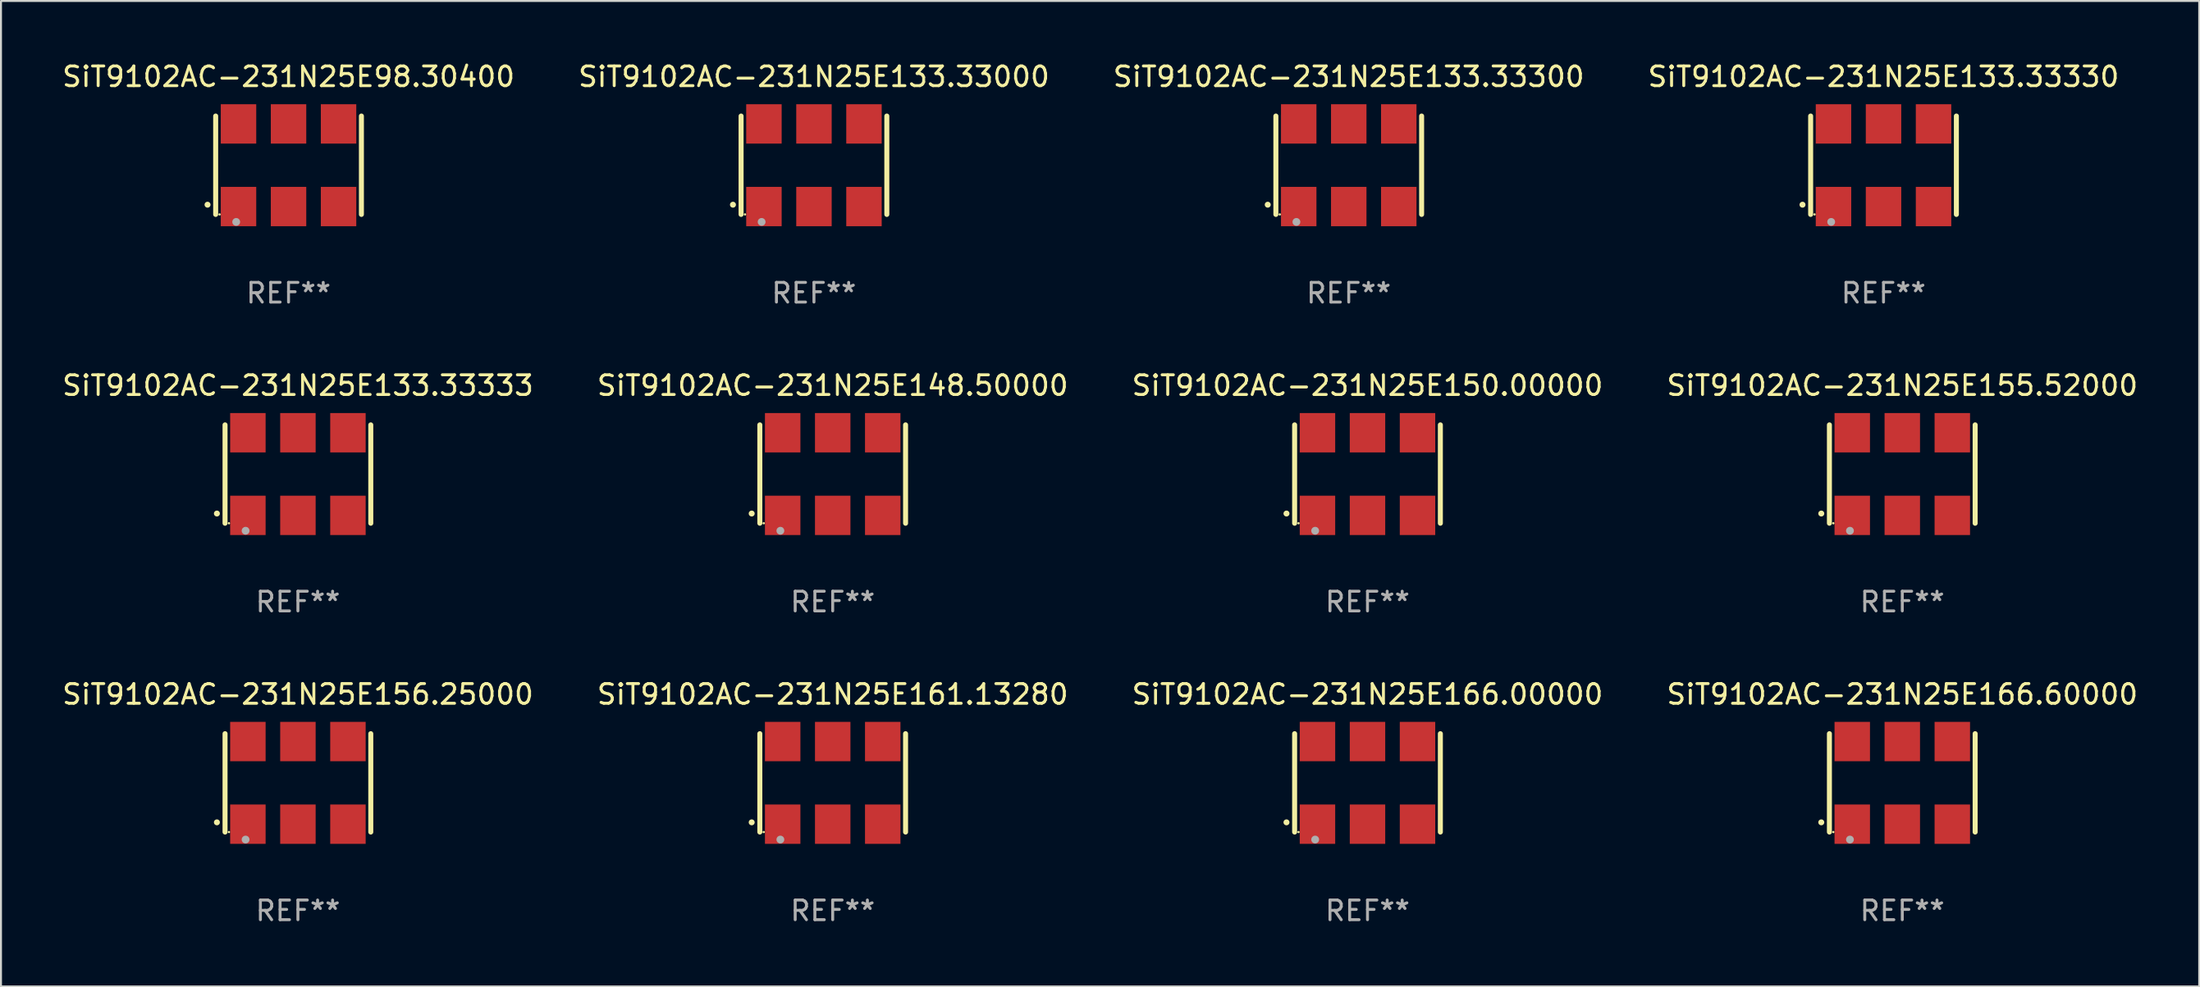
<source format=kicad_pcb>
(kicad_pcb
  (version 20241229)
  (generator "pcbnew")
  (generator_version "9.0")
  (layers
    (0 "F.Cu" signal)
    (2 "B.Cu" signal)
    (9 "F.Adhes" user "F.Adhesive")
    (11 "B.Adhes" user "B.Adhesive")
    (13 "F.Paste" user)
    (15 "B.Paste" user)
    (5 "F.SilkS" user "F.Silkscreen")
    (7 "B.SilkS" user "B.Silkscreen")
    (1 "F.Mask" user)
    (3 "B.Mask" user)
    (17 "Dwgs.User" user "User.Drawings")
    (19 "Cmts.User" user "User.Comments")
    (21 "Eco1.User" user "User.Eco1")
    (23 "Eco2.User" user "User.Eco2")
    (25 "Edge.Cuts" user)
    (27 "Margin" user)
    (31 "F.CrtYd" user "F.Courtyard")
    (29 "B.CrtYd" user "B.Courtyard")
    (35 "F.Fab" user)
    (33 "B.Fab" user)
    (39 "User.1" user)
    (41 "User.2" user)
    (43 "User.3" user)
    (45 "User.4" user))
  (footprint "SiT9102AC-231N25E166.60000"
    (layer "F.Cu")
    (at 93.542 36.741)
    (property "Reference" "SiT9102AC-231N25E166.60000" (at 0 -4.5 0) (layer "F.SilkS") (effects (font (size 1 1) (thickness 0.15))))
    (attr through_hole)
    (fp_line (start -3.7 -2.5) (end -3.7 2.5) (stroke (width 0.254) (type solid)) (layer "F.SilkS"))
    (fp_line (start 3.7 -2.5) (end 3.7 2.5) (stroke (width 0.254) (type solid)) (layer "F.SilkS"))
    (fp_arc (start -4.114415 2.006604) (mid -4.113145 2.006599) (end -4.111875 2.006604) (stroke (width 0.3) (type solid)) (layer "F.SilkS"))
    (fp_circle (center -3.502 2.5) (end -3.472 2.5) (stroke (width 0.06) (type solid)) (fill no) (layer "F.SilkS"))
    (fp_circle (center -2.657 2.882) (end -2.557 2.882) (stroke (width 0.2) (type solid)) (fill no) (layer "F.Fab"))
    (fp_text user "REF**" (at 0 6.5 0) (layer "F.Fab") (effects (font (size 1 1) (thickness 0.15))))
    (pad "1" smd rect (at -2.54 2.1) (size 1.8 2) (layers "F.Cu" "F.Mask" "F.Paste"))
    (pad "2" smd rect (at 0.000394 2.1) (size 1.8 2) (layers "F.Cu" "F.Mask" "F.Paste"))
    (pad "3" smd rect (at 2.54 2.1) (size 1.8 2) (layers "F.Cu" "F.Mask" "F.Paste"))
    (pad "4" smd rect (at 2.54 -2.1) (size 1.8 2) (layers "F.Cu" "F.Mask" "F.Paste"))
    (pad "5" smd rect (at 0.000394 -2.1) (size 1.8 2) (layers "F.Cu" "F.Mask" "F.Paste"))
    (pad "6" smd rect (at -2.54 -2.1) (size 1.8 2) (layers "F.Cu" "F.Mask" "F.Paste")))
  (footprint "SiT9102AC-231N25E155.52000"
    (layer "F.Cu")
    (at 93.542 21.045)
    (property "Reference" "SiT9102AC-231N25E155.52000" (at 0 -4.5 0) (layer "F.SilkS") (effects (font (size 1 1) (thickness 0.15))))
    (attr through_hole)
    (fp_line (start -3.7 -2.5) (end -3.7 2.5) (stroke (width 0.254) (type solid)) (layer "F.SilkS"))
    (fp_line (start 3.7 -2.5) (end 3.7 2.5) (stroke (width 0.254) (type solid)) (layer "F.SilkS"))
    (fp_arc (start -4.114415 2.006604) (mid -4.113145 2.006599) (end -4.111875 2.006604) (stroke (width 0.3) (type solid)) (layer "F.SilkS"))
    (fp_circle (center -3.502 2.5) (end -3.472 2.5) (stroke (width 0.06) (type solid)) (fill no) (layer "F.SilkS"))
    (fp_circle (center -2.657 2.882) (end -2.557 2.882) (stroke (width 0.2) (type solid)) (fill no) (layer "F.Fab"))
    (fp_text user "REF**" (at 0 6.5 0) (layer "F.Fab") (effects (font (size 1 1) (thickness 0.15))))
    (pad "1" smd rect (at -2.54 2.1) (size 1.8 2) (layers "F.Cu" "F.Mask" "F.Paste"))
    (pad "2" smd rect (at 0.000394 2.1) (size 1.8 2) (layers "F.Cu" "F.Mask" "F.Paste"))
    (pad "3" smd rect (at 2.54 2.1) (size 1.8 2) (layers "F.Cu" "F.Mask" "F.Paste"))
    (pad "4" smd rect (at 2.54 -2.1) (size 1.8 2) (layers "F.Cu" "F.Mask" "F.Paste"))
    (pad "5" smd rect (at 0.000394 -2.1) (size 1.8 2) (layers "F.Cu" "F.Mask" "F.Paste"))
    (pad "6" smd rect (at -2.54 -2.1) (size 1.8 2) (layers "F.Cu" "F.Mask" "F.Paste")))
  (footprint "SiT9102AC-231N25E161.13280"
    (layer "F.Cu")
    (at 39.232 36.741)
    (property "Reference" "SiT9102AC-231N25E161.13280" (at 0 -4.5 0) (layer "F.SilkS") (effects (font (size 1 1) (thickness 0.15))))
    (attr through_hole)
    (fp_line (start -3.7 -2.5) (end -3.7 2.5) (stroke (width 0.254) (type solid)) (layer "F.SilkS"))
    (fp_line (start 3.7 -2.5) (end 3.7 2.5) (stroke (width 0.254) (type solid)) (layer "F.SilkS"))
    (fp_arc (start -4.114415 2.006604) (mid -4.113145 2.006599) (end -4.111875 2.006604) (stroke (width 0.3) (type solid)) (layer "F.SilkS"))
    (fp_circle (center -3.502 2.5) (end -3.472 2.5) (stroke (width 0.06) (type solid)) (fill no) (layer "F.SilkS"))
    (fp_circle (center -2.657 2.882) (end -2.557 2.882) (stroke (width 0.2) (type solid)) (fill no) (layer "F.Fab"))
    (fp_text user "REF**" (at 0 6.5 0) (layer "F.Fab") (effects (font (size 1 1) (thickness 0.15))))
    (pad "1" smd rect (at -2.54 2.1) (size 1.8 2) (layers "F.Cu" "F.Mask" "F.Paste"))
    (pad "2" smd rect (at 0.000394 2.1) (size 1.8 2) (layers "F.Cu" "F.Mask" "F.Paste"))
    (pad "3" smd rect (at 2.54 2.1) (size 1.8 2) (layers "F.Cu" "F.Mask" "F.Paste"))
    (pad "4" smd rect (at 2.54 -2.1) (size 1.8 2) (layers "F.Cu" "F.Mask" "F.Paste"))
    (pad "5" smd rect (at 0.000394 -2.1) (size 1.8 2) (layers "F.Cu" "F.Mask" "F.Paste"))
    (pad "6" smd rect (at -2.54 -2.1) (size 1.8 2) (layers "F.Cu" "F.Mask" "F.Paste")))
  (footprint "SiT9102AC-231N25E150.00000"
    (layer "F.Cu")
    (at 66.387 21.045)
    (property "Reference" "SiT9102AC-231N25E150.00000" (at 0 -4.5 0) (layer "F.SilkS") (effects (font (size 1 1) (thickness 0.15))))
    (attr through_hole)
    (fp_line (start -3.7 -2.5) (end -3.7 2.5) (stroke (width 0.254) (type solid)) (layer "F.SilkS"))
    (fp_line (start 3.7 -2.5) (end 3.7 2.5) (stroke (width 0.254) (type solid)) (layer "F.SilkS"))
    (fp_arc (start -4.114415 2.006604) (mid -4.113145 2.006599) (end -4.111875 2.006604) (stroke (width 0.3) (type solid)) (layer "F.SilkS"))
    (fp_circle (center -3.502 2.5) (end -3.472 2.5) (stroke (width 0.06) (type solid)) (fill no) (layer "F.SilkS"))
    (fp_circle (center -2.657 2.882) (end -2.557 2.882) (stroke (width 0.2) (type solid)) (fill no) (layer "F.Fab"))
    (fp_text user "REF**" (at 0 6.5 0) (layer "F.Fab") (effects (font (size 1 1) (thickness 0.15))))
    (pad "1" smd rect (at -2.54 2.1) (size 1.8 2) (layers "F.Cu" "F.Mask" "F.Paste"))
    (pad "2" smd rect (at 0.000394 2.1) (size 1.8 2) (layers "F.Cu" "F.Mask" "F.Paste"))
    (pad "3" smd rect (at 2.54 2.1) (size 1.8 2) (layers "F.Cu" "F.Mask" "F.Paste"))
    (pad "4" smd rect (at 2.54 -2.1) (size 1.8 2) (layers "F.Cu" "F.Mask" "F.Paste"))
    (pad "5" smd rect (at 0.000394 -2.1) (size 1.8 2) (layers "F.Cu" "F.Mask" "F.Paste"))
    (pad "6" smd rect (at -2.54 -2.1) (size 1.8 2) (layers "F.Cu" "F.Mask" "F.Paste")))
  (footprint "SiT9102AC-231N25E148.50000"
    (layer "F.Cu")
    (at 39.232 21.045)
    (property "Reference" "SiT9102AC-231N25E148.50000" (at 0 -4.5 0) (layer "F.SilkS") (effects (font (size 1 1) (thickness 0.15))))
    (attr through_hole)
    (fp_line (start -3.7 -2.5) (end -3.7 2.5) (stroke (width 0.254) (type solid)) (layer "F.SilkS"))
    (fp_line (start 3.7 -2.5) (end 3.7 2.5) (stroke (width 0.254) (type solid)) (layer "F.SilkS"))
    (fp_arc (start -4.114415 2.006604) (mid -4.113145 2.006599) (end -4.111875 2.006604) (stroke (width 0.3) (type solid)) (layer "F.SilkS"))
    (fp_circle (center -3.502 2.5) (end -3.472 2.5) (stroke (width 0.06) (type solid)) (fill no) (layer "F.SilkS"))
    (fp_circle (center -2.657 2.882) (end -2.557 2.882) (stroke (width 0.2) (type solid)) (fill no) (layer "F.Fab"))
    (fp_text user "REF**" (at 0 6.5 0) (layer "F.Fab") (effects (font (size 1 1) (thickness 0.15))))
    (pad "1" smd rect (at -2.54 2.1) (size 1.8 2) (layers "F.Cu" "F.Mask" "F.Paste"))
    (pad "2" smd rect (at 0.000394 2.1) (size 1.8 2) (layers "F.Cu" "F.Mask" "F.Paste"))
    (pad "3" smd rect (at 2.54 2.1) (size 1.8 2) (layers "F.Cu" "F.Mask" "F.Paste"))
    (pad "4" smd rect (at 2.54 -2.1) (size 1.8 2) (layers "F.Cu" "F.Mask" "F.Paste"))
    (pad "5" smd rect (at 0.000394 -2.1) (size 1.8 2) (layers "F.Cu" "F.Mask" "F.Paste"))
    (pad "6" smd rect (at -2.54 -2.1) (size 1.8 2) (layers "F.Cu" "F.Mask" "F.Paste")))
  (footprint "SiT9102AC-231N25E133.33300"
    (layer "F.Cu")
    (at 65.435 5.348)
    (property "Reference" "SiT9102AC-231N25E133.33300" (at 0 -4.5 0) (layer "F.SilkS") (effects (font (size 1 1) (thickness 0.15))))
    (attr through_hole)
    (fp_line (start -3.7 -2.5) (end -3.7 2.5) (stroke (width 0.254) (type solid)) (layer "F.SilkS"))
    (fp_line (start 3.7 -2.5) (end 3.7 2.5) (stroke (width 0.254) (type solid)) (layer "F.SilkS"))
    (fp_arc (start -4.114415 2.006604) (mid -4.113145 2.006599) (end -4.111875 2.006604) (stroke (width 0.3) (type solid)) (layer "F.SilkS"))
    (fp_circle (center -3.502 2.5) (end -3.472 2.5) (stroke (width 0.06) (type solid)) (fill no) (layer "F.SilkS"))
    (fp_circle (center -2.657 2.882) (end -2.557 2.882) (stroke (width 0.2) (type solid)) (fill no) (layer "F.Fab"))
    (fp_text user "REF**" (at 0 6.5 0) (layer "F.Fab") (effects (font (size 1 1) (thickness 0.15))))
    (pad "1" smd rect (at -2.54 2.1) (size 1.8 2) (layers "F.Cu" "F.Mask" "F.Paste"))
    (pad "2" smd rect (at 0.000394 2.1) (size 1.8 2) (layers "F.Cu" "F.Mask" "F.Paste"))
    (pad "3" smd rect (at 2.54 2.1) (size 1.8 2) (layers "F.Cu" "F.Mask" "F.Paste"))
    (pad "4" smd rect (at 2.54 -2.1) (size 1.8 2) (layers "F.Cu" "F.Mask" "F.Paste"))
    (pad "5" smd rect (at 0.000394 -2.1) (size 1.8 2) (layers "F.Cu" "F.Mask" "F.Paste"))
    (pad "6" smd rect (at -2.54 -2.1) (size 1.8 2) (layers "F.Cu" "F.Mask" "F.Paste")))
  (footprint "SiT9102AC-231N25E98.30400"
    (layer "F.Cu")
    (at 11.601 5.348)
    (property "Reference" "SiT9102AC-231N25E98.30400" (at 0 -4.5 0) (layer "F.SilkS") (effects (font (size 1 1) (thickness 0.15))))
    (attr through_hole)
    (fp_line (start -3.7 -2.5) (end -3.7 2.5) (stroke (width 0.254) (type solid)) (layer "F.SilkS"))
    (fp_line (start 3.7 -2.5) (end 3.7 2.5) (stroke (width 0.254) (type solid)) (layer "F.SilkS"))
    (fp_arc (start -4.114415 2.006604) (mid -4.113145 2.006599) (end -4.111875 2.006604) (stroke (width 0.3) (type solid)) (layer "F.SilkS"))
    (fp_circle (center -3.502 2.5) (end -3.472 2.5) (stroke (width 0.06) (type solid)) (fill no) (layer "F.SilkS"))
    (fp_circle (center -2.657 2.882) (end -2.557 2.882) (stroke (width 0.2) (type solid)) (fill no) (layer "F.Fab"))
    (fp_text user "REF**" (at 0 6.5 0) (layer "F.Fab") (effects (font (size 1 1) (thickness 0.15))))
    (pad "1" smd rect (at -2.54 2.1) (size 1.8 2) (layers "F.Cu" "F.Mask" "F.Paste"))
    (pad "2" smd rect (at 0.000394 2.1) (size 1.8 2) (layers "F.Cu" "F.Mask" "F.Paste"))
    (pad "3" smd rect (at 2.54 2.1) (size 1.8 2) (layers "F.Cu" "F.Mask" "F.Paste"))
    (pad "4" smd rect (at 2.54 -2.1) (size 1.8 2) (layers "F.Cu" "F.Mask" "F.Paste"))
    (pad "5" smd rect (at 0.000394 -2.1) (size 1.8 2) (layers "F.Cu" "F.Mask" "F.Paste"))
    (pad "6" smd rect (at -2.54 -2.1) (size 1.8 2) (layers "F.Cu" "F.Mask" "F.Paste")))
  (footprint "SiT9102AC-231N25E133.33000"
    (layer "F.Cu")
    (at 38.28 5.348)
    (property "Reference" "SiT9102AC-231N25E133.33000" (at 0 -4.5 0) (layer "F.SilkS") (effects (font (size 1 1) (thickness 0.15))))
    (attr through_hole)
    (fp_line (start -3.7 -2.5) (end -3.7 2.5) (stroke (width 0.254) (type solid)) (layer "F.SilkS"))
    (fp_line (start 3.7 -2.5) (end 3.7 2.5) (stroke (width 0.254) (type solid)) (layer "F.SilkS"))
    (fp_arc (start -4.114415 2.006604) (mid -4.113145 2.006599) (end -4.111875 2.006604) (stroke (width 0.3) (type solid)) (layer "F.SilkS"))
    (fp_circle (center -3.502 2.5) (end -3.472 2.5) (stroke (width 0.06) (type solid)) (fill no) (layer "F.SilkS"))
    (fp_circle (center -2.657 2.882) (end -2.557 2.882) (stroke (width 0.2) (type solid)) (fill no) (layer "F.Fab"))
    (fp_text user "REF**" (at 0 6.5 0) (layer "F.Fab") (effects (font (size 1 1) (thickness 0.15))))
    (pad "1" smd rect (at -2.54 2.1) (size 1.8 2) (layers "F.Cu" "F.Mask" "F.Paste"))
    (pad "2" smd rect (at 0.000394 2.1) (size 1.8 2) (layers "F.Cu" "F.Mask" "F.Paste"))
    (pad "3" smd rect (at 2.54 2.1) (size 1.8 2) (layers "F.Cu" "F.Mask" "F.Paste"))
    (pad "4" smd rect (at 2.54 -2.1) (size 1.8 2) (layers "F.Cu" "F.Mask" "F.Paste"))
    (pad "5" smd rect (at 0.000394 -2.1) (size 1.8 2) (layers "F.Cu" "F.Mask" "F.Paste"))
    (pad "6" smd rect (at -2.54 -2.1) (size 1.8 2) (layers "F.Cu" "F.Mask" "F.Paste")))
  (footprint "SiT9102AC-231N25E166.00000"
    (layer "F.Cu")
    (at 66.387 36.741)
    (property "Reference" "SiT9102AC-231N25E166.00000" (at 0 -4.5 0) (layer "F.SilkS") (effects (font (size 1 1) (thickness 0.15))))
    (attr through_hole)
    (fp_line (start -3.7 -2.5) (end -3.7 2.5) (stroke (width 0.254) (type solid)) (layer "F.SilkS"))
    (fp_line (start 3.7 -2.5) (end 3.7 2.5) (stroke (width 0.254) (type solid)) (layer "F.SilkS"))
    (fp_arc (start -4.114415 2.006604) (mid -4.113145 2.006599) (end -4.111875 2.006604) (stroke (width 0.3) (type solid)) (layer "F.SilkS"))
    (fp_circle (center -3.502 2.5) (end -3.472 2.5) (stroke (width 0.06) (type solid)) (fill no) (layer "F.SilkS"))
    (fp_circle (center -2.657 2.882) (end -2.557 2.882) (stroke (width 0.2) (type solid)) (fill no) (layer "F.Fab"))
    (fp_text user "REF**" (at 0 6.5 0) (layer "F.Fab") (effects (font (size 1 1) (thickness 0.15))))
    (pad "1" smd rect (at -2.54 2.1) (size 1.8 2) (layers "F.Cu" "F.Mask" "F.Paste"))
    (pad "2" smd rect (at 0.000394 2.1) (size 1.8 2) (layers "F.Cu" "F.Mask" "F.Paste"))
    (pad "3" smd rect (at 2.54 2.1) (size 1.8 2) (layers "F.Cu" "F.Mask" "F.Paste"))
    (pad "4" smd rect (at 2.54 -2.1) (size 1.8 2) (layers "F.Cu" "F.Mask" "F.Paste"))
    (pad "5" smd rect (at 0.000394 -2.1) (size 1.8 2) (layers "F.Cu" "F.Mask" "F.Paste"))
    (pad "6" smd rect (at -2.54 -2.1) (size 1.8 2) (layers "F.Cu" "F.Mask" "F.Paste")))
  (footprint "SiT9102AC-231N25E156.25000"
    (layer "F.Cu")
    (at 12.077 36.741)
    (property "Reference" "SiT9102AC-231N25E156.25000" (at 0 -4.5 0) (layer "F.SilkS") (effects (font (size 1 1) (thickness 0.15))))
    (attr through_hole)
    (fp_line (start -3.7 -2.5) (end -3.7 2.5) (stroke (width 0.254) (type solid)) (layer "F.SilkS"))
    (fp_line (start 3.7 -2.5) (end 3.7 2.5) (stroke (width 0.254) (type solid)) (layer "F.SilkS"))
    (fp_arc (start -4.114415 2.006604) (mid -4.113145 2.006599) (end -4.111875 2.006604) (stroke (width 0.3) (type solid)) (layer "F.SilkS"))
    (fp_circle (center -3.502 2.5) (end -3.472 2.5) (stroke (width 0.06) (type solid)) (fill no) (layer "F.SilkS"))
    (fp_circle (center -2.657 2.882) (end -2.557 2.882) (stroke (width 0.2) (type solid)) (fill no) (layer "F.Fab"))
    (fp_text user "REF**" (at 0 6.5 0) (layer "F.Fab") (effects (font (size 1 1) (thickness 0.15))))
    (pad "1" smd rect (at -2.54 2.1) (size 1.8 2) (layers "F.Cu" "F.Mask" "F.Paste"))
    (pad "2" smd rect (at 0.000394 2.1) (size 1.8 2) (layers "F.Cu" "F.Mask" "F.Paste"))
    (pad "3" smd rect (at 2.54 2.1) (size 1.8 2) (layers "F.Cu" "F.Mask" "F.Paste"))
    (pad "4" smd rect (at 2.54 -2.1) (size 1.8 2) (layers "F.Cu" "F.Mask" "F.Paste"))
    (pad "5" smd rect (at 0.000394 -2.1) (size 1.8 2) (layers "F.Cu" "F.Mask" "F.Paste"))
    (pad "6" smd rect (at -2.54 -2.1) (size 1.8 2) (layers "F.Cu" "F.Mask" "F.Paste")))
  (footprint "SiT9102AC-231N25E133.33330"
    (layer "F.Cu")
    (at 92.589 5.348)
    (property "Reference" "SiT9102AC-231N25E133.33330" (at 0 -4.5 0) (layer "F.SilkS") (effects (font (size 1 1) (thickness 0.15))))
    (attr through_hole)
    (fp_line (start -3.7 -2.5) (end -3.7 2.5) (stroke (width 0.254) (type solid)) (layer "F.SilkS"))
    (fp_line (start 3.7 -2.5) (end 3.7 2.5) (stroke (width 0.254) (type solid)) (layer "F.SilkS"))
    (fp_arc (start -4.114415 2.006604) (mid -4.113145 2.006599) (end -4.111875 2.006604) (stroke (width 0.3) (type solid)) (layer "F.SilkS"))
    (fp_circle (center -3.502 2.5) (end -3.472 2.5) (stroke (width 0.06) (type solid)) (fill no) (layer "F.SilkS"))
    (fp_circle (center -2.657 2.882) (end -2.557 2.882) (stroke (width 0.2) (type solid)) (fill no) (layer "F.Fab"))
    (fp_text user "REF**" (at 0 6.5 0) (layer "F.Fab") (effects (font (size 1 1) (thickness 0.15))))
    (pad "1" smd rect (at -2.54 2.1) (size 1.8 2) (layers "F.Cu" "F.Mask" "F.Paste"))
    (pad "2" smd rect (at 0.000394 2.1) (size 1.8 2) (layers "F.Cu" "F.Mask" "F.Paste"))
    (pad "3" smd rect (at 2.54 2.1) (size 1.8 2) (layers "F.Cu" "F.Mask" "F.Paste"))
    (pad "4" smd rect (at 2.54 -2.1) (size 1.8 2) (layers "F.Cu" "F.Mask" "F.Paste"))
    (pad "5" smd rect (at 0.000394 -2.1) (size 1.8 2) (layers "F.Cu" "F.Mask" "F.Paste"))
    (pad "6" smd rect (at -2.54 -2.1) (size 1.8 2) (layers "F.Cu" "F.Mask" "F.Paste")))
  (footprint "SiT9102AC-231N25E133.33333"
    (layer "F.Cu")
    (at 12.077 21.045)
    (property "Reference" "SiT9102AC-231N25E133.33333" (at 0 -4.5 0) (layer "F.SilkS") (effects (font (size 1 1) (thickness 0.15))))
    (attr through_hole)
    (fp_line (start -3.7 -2.5) (end -3.7 2.5) (stroke (width 0.254) (type solid)) (layer "F.SilkS"))
    (fp_line (start 3.7 -2.5) (end 3.7 2.5) (stroke (width 0.254) (type solid)) (layer "F.SilkS"))
    (fp_arc (start -4.114415 2.006604) (mid -4.113145 2.006599) (end -4.111875 2.006604) (stroke (width 0.3) (type solid)) (layer "F.SilkS"))
    (fp_circle (center -3.502 2.5) (end -3.472 2.5) (stroke (width 0.06) (type solid)) (fill no) (layer "F.SilkS"))
    (fp_circle (center -2.657 2.882) (end -2.557 2.882) (stroke (width 0.2) (type solid)) (fill no) (layer "F.Fab"))
    (fp_text user "REF**" (at 0 6.5 0) (layer "F.Fab") (effects (font (size 1 1) (thickness 0.15))))
    (pad "1" smd rect (at -2.54 2.1) (size 1.8 2) (layers "F.Cu" "F.Mask" "F.Paste"))
    (pad "2" smd rect (at 0.000394 2.1) (size 1.8 2) (layers "F.Cu" "F.Mask" "F.Paste"))
    (pad "3" smd rect (at 2.54 2.1) (size 1.8 2) (layers "F.Cu" "F.Mask" "F.Paste"))
    (pad "4" smd rect (at 2.54 -2.1) (size 1.8 2) (layers "F.Cu" "F.Mask" "F.Paste"))
    (pad "5" smd rect (at 0.000394 -2.1) (size 1.8 2) (layers "F.Cu" "F.Mask" "F.Paste"))
    (pad "6" smd rect (at -2.54 -2.1) (size 1.8 2) (layers "F.Cu" "F.Mask" "F.Paste")))
  (gr_rect
    (start -3 -3)
    (end 108.619 47.09)
    (stroke (width 0.1) (type default))
    (fill no)
    (layer "Edge.Cuts")))
</source>
